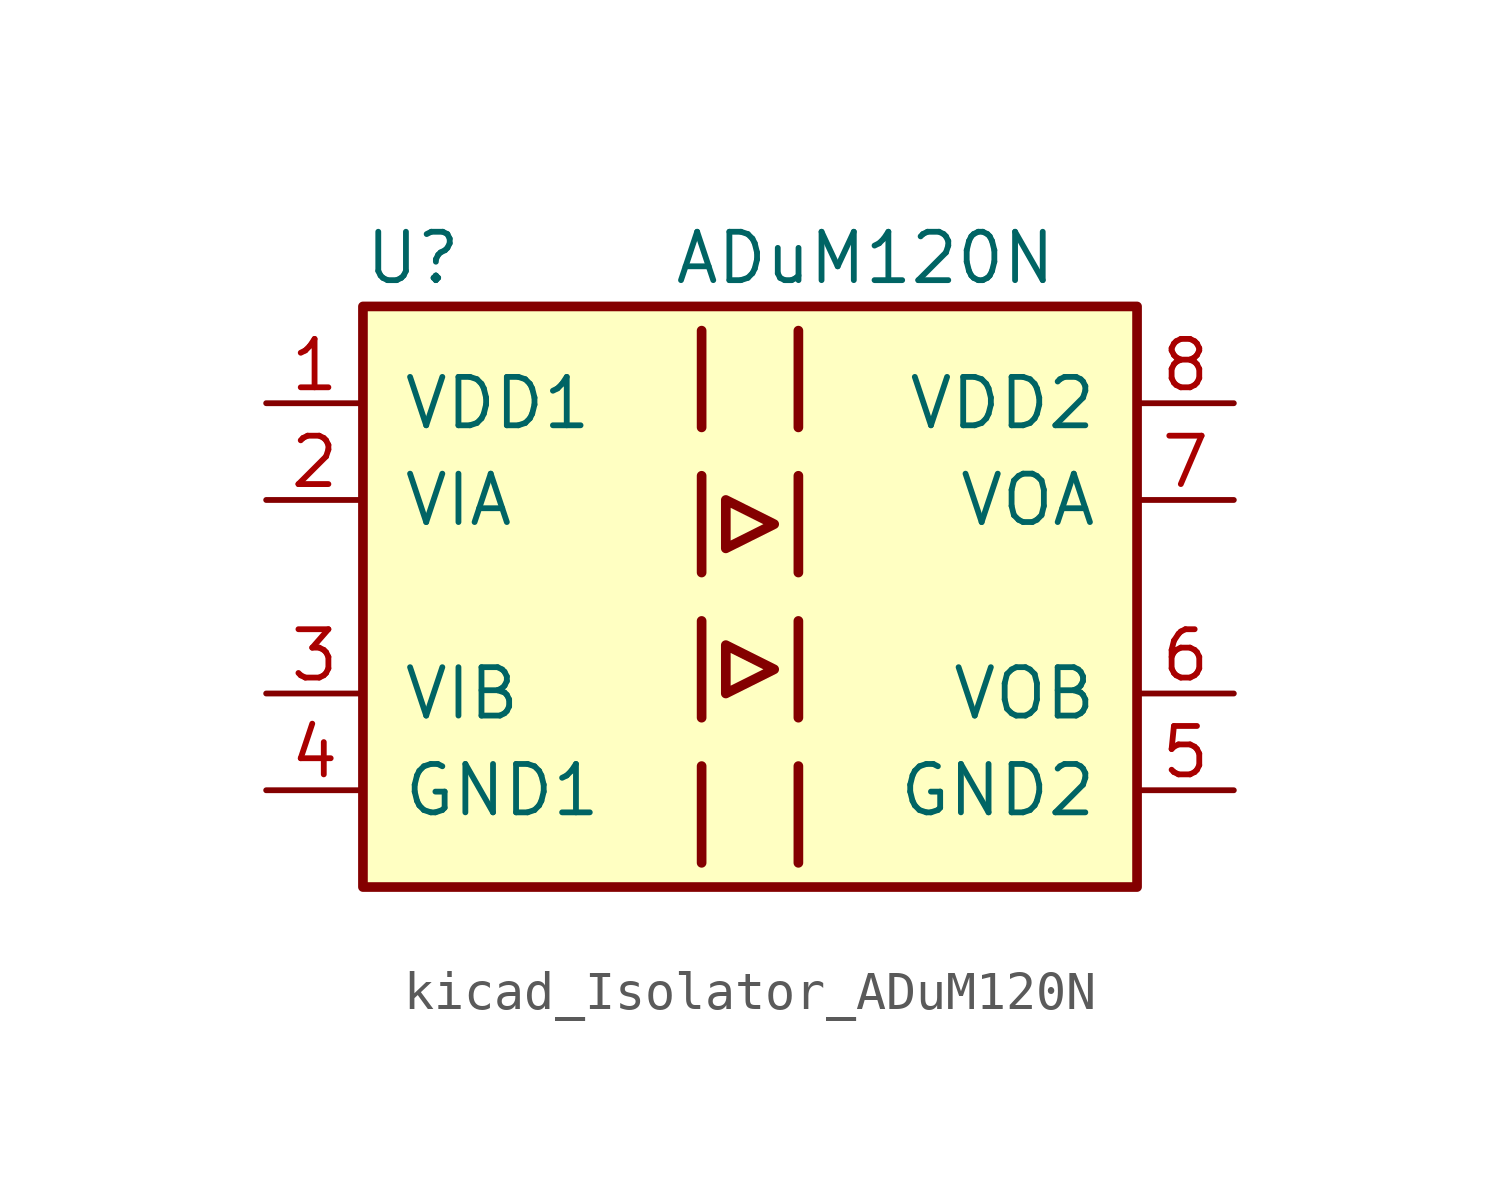
<source format=kicad_sym>
(kicad_symbol_lib
  (version 20220914)
  (generator kicad_symbol_editor)
  (symbol "kicad_Isolator_ADuM120N"
    (pin_names
      (offset 1.016))
    (property "Reference" "U"
      (at -10.16 8.89 0)
      (effects (font (size 1.27 1.27)) (justify left)))
    (property "Value" "ADuM120N"
      (at -2.032 8.89 0)
      (effects (font (size 1.27 1.27)) (justify left)))
    (symbol "kicad_Isolator_ADuM120N_0_1"
      (rectangle (start -10.16 7.62) (end 10.16 -7.62) (stroke (width 0.254) (type default)) (fill (type background)))
      (polyline (pts (xy -1.27 -4.445) (xy -1.27 -6.985)) (stroke (width 0.254) (type default)) (fill (type none)))
      (polyline (pts (xy -1.27 -0.635) (xy -1.27 -3.175)) (stroke (width 0.254) (type default)) (fill (type none)))
      (polyline (pts (xy -1.27 3.175) (xy -1.27 0.635)) (stroke (width 0.254) (type default)) (fill (type none)))
      (polyline (pts (xy -1.27 6.985) (xy -1.27 4.445)) (stroke (width 0.254) (type default)) (fill (type none)))
      (polyline (pts (xy 1.27 -4.445) (xy 1.27 -6.985)) (stroke (width 0.254) (type default)) (fill (type none)))
      (polyline (pts (xy 1.27 -0.635) (xy 1.27 -3.175)) (stroke (width 0.254) (type default)) (fill (type none)))
      (polyline (pts (xy 1.27 3.175) (xy 1.27 0.635)) (stroke (width 0.254) (type default)) (fill (type none)))
      (polyline (pts (xy 1.27 6.985) (xy 1.27 4.445)) (stroke (width 0.254) (type default)) (fill (type none)))
      (polyline (pts (xy -0.635 -1.27) (xy -0.635 -2.54) (xy 0.635 -1.905) (xy -0.635 -1.27)) (stroke (width 0.254) (type default)) (fill (type none)))
      (polyline (pts (xy -0.635 1.27) (xy 0.635 1.905) (xy -0.635 2.54) (xy -0.635 1.27)) (stroke (width 0.254) (type default)) (fill (type none))))
    (symbol "kicad_Isolator_ADuM120N_1_1"
      (pin power_in line (at -12.7 5.08 0) (length 2.54) (name "VDD1" (effects (font (size 1.27 1.27)))) (number "1" (effects (font (size 1.27 1.27)))))
      (pin input line (at -12.7 2.54 0) (length 2.54) (name "VIA" (effects (font (size 1.27 1.27)))) (number "2" (effects (font (size 1.27 1.27)))))
      (pin input line (at -12.7 -2.54 0) (length 2.54) (name "VIB" (effects (font (size 1.27 1.27)))) (number "3" (effects (font (size 1.27 1.27)))))
      (pin power_in line (at -12.7 -5.08 0) (length 2.54) (name "GND1" (effects (font (size 1.27 1.27)))) (number "4" (effects (font (size 1.27 1.27)))))
      (pin power_in line (at 12.7 -5.08 180) (length 2.54) (name "GND2" (effects (font (size 1.27 1.27)))) (number "5" (effects (font (size 1.27 1.27)))))
      (pin output line (at 12.7 -2.54 180) (length 2.54) (name "VOB" (effects (font (size 1.27 1.27)))) (number "6" (effects (font (size 1.27 1.27)))))
      (pin output line (at 12.7 2.54 180) (length 2.54) (name "VOA" (effects (font (size 1.27 1.27)))) (number "7" (effects (font (size 1.27 1.27)))))
      (pin power_in line (at 12.7 5.08 180) (length 2.54) (name "VDD2" (effects (font (size 1.27 1.27)))) (number "8" (effects (font (size 1.27 1.27))))))))
</source>
